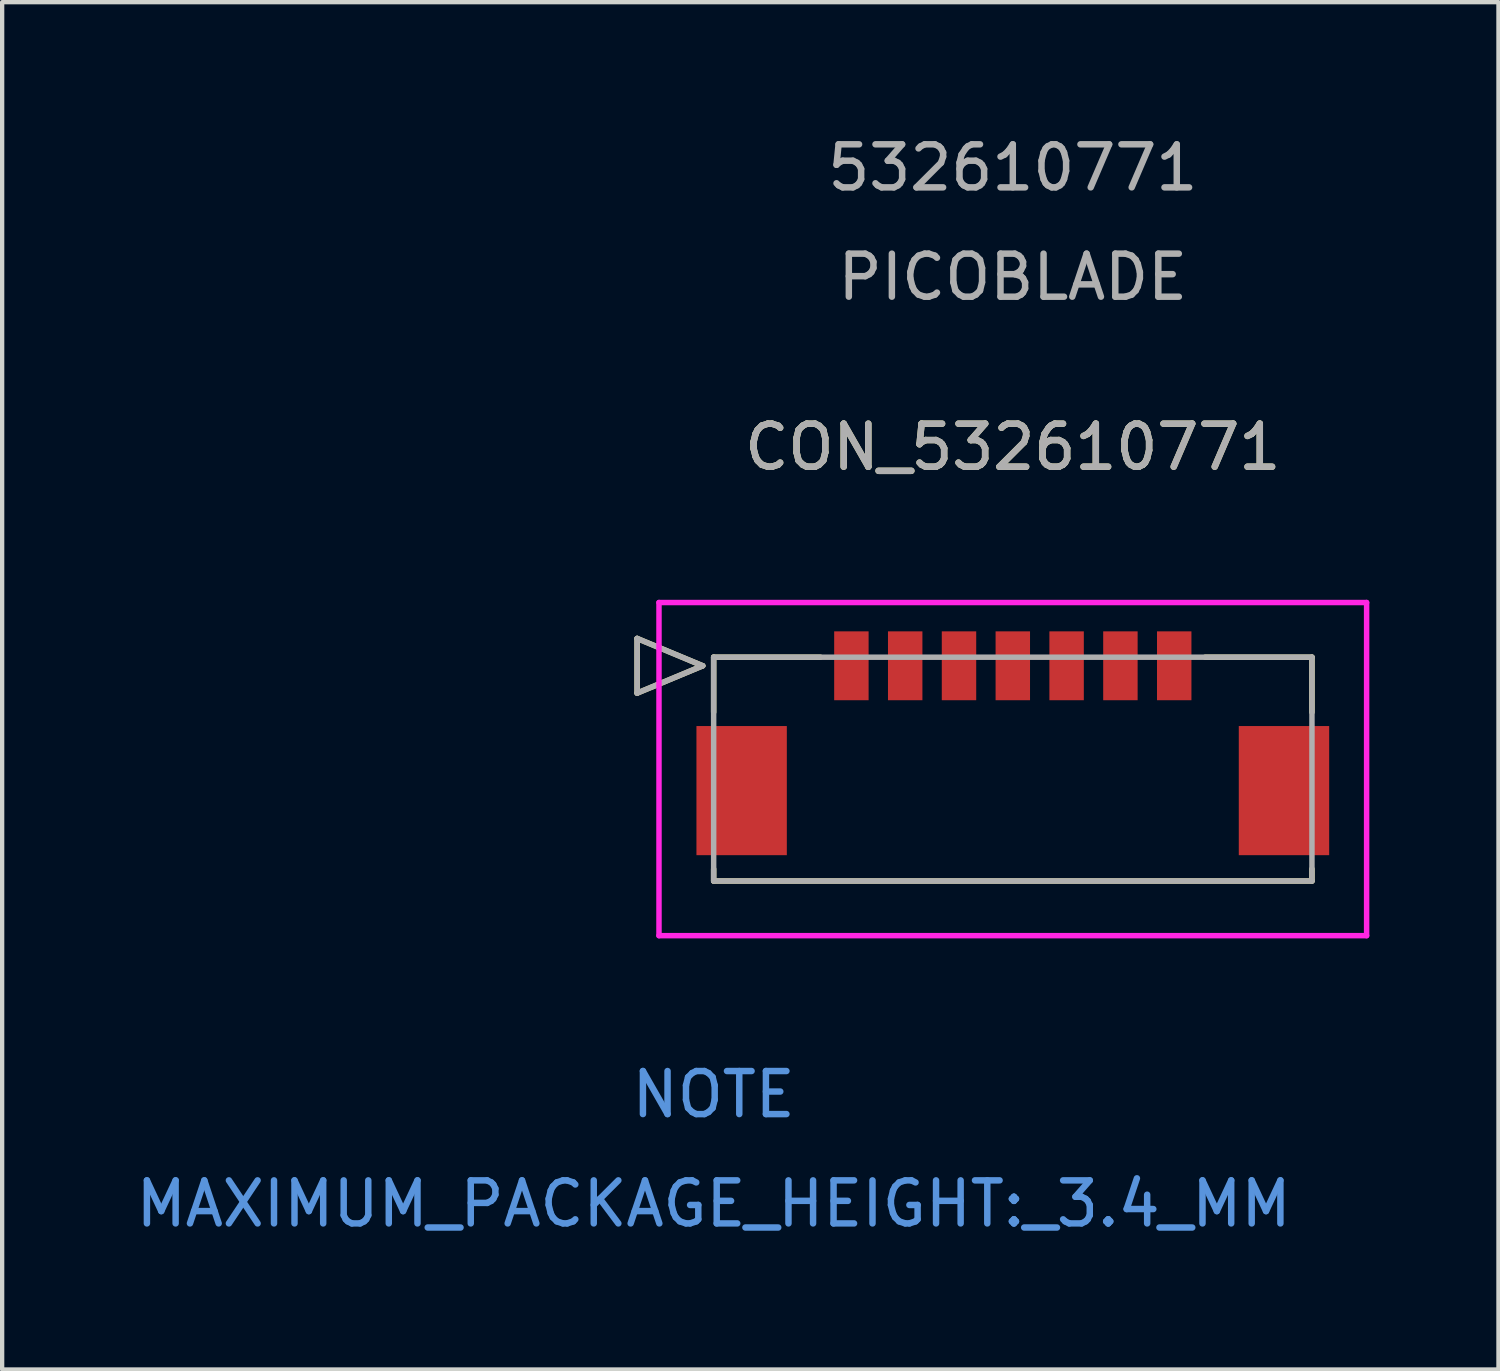
<source format=kicad_pcb>
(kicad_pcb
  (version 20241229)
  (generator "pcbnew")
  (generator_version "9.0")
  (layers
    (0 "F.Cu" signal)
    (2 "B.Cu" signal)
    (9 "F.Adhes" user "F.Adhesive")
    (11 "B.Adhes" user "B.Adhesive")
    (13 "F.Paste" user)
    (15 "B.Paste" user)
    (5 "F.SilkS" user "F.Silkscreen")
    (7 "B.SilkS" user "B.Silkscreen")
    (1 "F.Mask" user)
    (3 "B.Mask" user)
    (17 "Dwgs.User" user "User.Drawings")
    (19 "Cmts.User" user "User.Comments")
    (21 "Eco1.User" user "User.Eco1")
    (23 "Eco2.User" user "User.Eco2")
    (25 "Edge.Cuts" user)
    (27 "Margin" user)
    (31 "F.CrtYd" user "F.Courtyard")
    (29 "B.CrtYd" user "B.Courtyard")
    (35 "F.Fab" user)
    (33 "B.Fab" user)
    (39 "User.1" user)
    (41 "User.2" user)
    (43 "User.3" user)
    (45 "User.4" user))
  (footprint "CON_532610771"
    (layer "F.Cu")
    (at 16.73 12.418)
    (property "Reference" "CON_532610771" (at 3.75 -5.08 0) (unlocked yes) (layer "F.SilkS") (effects (font (size 1 1) (thickness 0.15))))
    (attr smd)
    (fp_line (start -4.978 -0.635) (end -4.978 0.635) (stroke (width 0.127) (type solid)) (layer "F.SilkS"))
    (fp_line (start -4.978 0.635) (end -3.454 0) (stroke (width 0.127) (type solid)) (layer "F.SilkS"))
    (fp_line (start -3.454 0) (end -4.978 -0.635) (stroke (width 0.127) (type solid)) (layer "F.SilkS"))
    (fp_line (start -3.2 -0.2) (end -3.2 1.08) (stroke (width 0.127) (type solid)) (layer "F.SilkS"))
    (fp_line (start -3.2 4.72) (end -3.2 5) (stroke (width 0.127) (type solid)) (layer "F.SilkS"))
    (fp_line (start -3.2 5) (end 10.7 5) (stroke (width 0.127) (type solid)) (layer "F.SilkS"))
    (fp_line (start -0.72 -0.2) (end -3.2 -0.2) (stroke (width 0.127) (type solid)) (layer "F.SilkS"))
    (fp_line (start 10.7 -0.2) (end 8.22 -0.2) (stroke (width 0.127) (type solid)) (layer "F.SilkS"))
    (fp_line (start 10.7 1.08) (end 10.7 -0.2) (stroke (width 0.127) (type solid)) (layer "F.SilkS"))
    (fp_line (start 10.7 5) (end 10.7 4.72) (stroke (width 0.127) (type solid)) (layer "F.SilkS"))
    (fp_line (start -4.47 -1.47) (end -4.47 6.27) (stroke (width 0.127) (type solid)) (layer "F.CrtYd"))
    (fp_line (start -4.47 6.27) (end 11.97 6.27) (stroke (width 0.127) (type solid)) (layer "F.CrtYd"))
    (fp_line (start 11.97 -1.47) (end -4.47 -1.47) (stroke (width 0.127) (type solid)) (layer "F.CrtYd"))
    (fp_line (start 11.97 6.27) (end 11.97 -1.47) (stroke (width 0.127) (type solid)) (layer "F.CrtYd"))
    (fp_line (start -4.978 -0.635) (end -4.978 0.635) (stroke (width 0.127) (type solid)) (layer "F.Fab"))
    (fp_line (start -4.978 0.635) (end -3.454 0) (stroke (width 0.127) (type solid)) (layer "F.Fab"))
    (fp_line (start -3.454 0) (end -4.978 -0.635) (stroke (width 0.127) (type solid)) (layer "F.Fab"))
    (fp_line (start -3.2 -0.2) (end -3.2 5) (stroke (width 0.127) (type solid)) (layer "F.Fab"))
    (fp_line (start -3.2 5) (end 10.7 5) (stroke (width 0.127) (type solid)) (layer "F.Fab"))
    (fp_line (start 10.7 -0.2) (end -3.2 -0.2) (stroke (width 0.127) (type solid)) (layer "F.Fab"))
    (fp_line (start 10.7 5) (end 10.7 -0.2) (stroke (width 0.127) (type solid)) (layer "F.Fab"))
    (fp_text user "NOTE" (at -3.2 9.96 0) (unlocked yes) (layer "Cmts.User") (effects (font (size 1 1) (thickness 0.15))))
    (fp_text user "MAXIMUM_PACKAGE_HEIGHT:_3.4_MM" (at -3.2 12.5 0) (unlocked yes) (layer "Cmts.User") (effects (font (size 1 1) (thickness 0.15))))
    (fp_text user "${REFERENCE}" (at 3.75 -5.08 0) (unlocked yes) (layer "F.Fab") (effects (font (size 1 1) (thickness 0.15))))
    (fp_text user "532610771" (at 3.75 -11.57 0) (unlocked yes) (layer "F.Fab") (effects (font (size 1 1) (thickness 0.15))))
    (fp_text user "PICOBLADE" (at 3.75 -9.03 0) (unlocked yes) (layer "F.Fab") (effects (font (size 1 1) (thickness 0.15))))
    (pad "1" smd rect (at -2.55 2.9) (size 2.1 3) (layers "F.Cu" "F.Mask" "F.Paste"))
    (pad "2" smd rect (at 10.05 2.9) (size 2.1 3) (layers "F.Cu" "F.Mask" "F.Paste"))
    (pad "P1" smd rect (at 0 0) (size 0.8 1.6) (layers "F.Cu" "F.Mask" "F.Paste"))
    (pad "P2" smd rect (at 1.25 0) (size 0.8 1.6) (layers "F.Cu" "F.Mask" "F.Paste"))
    (pad "P3" smd rect (at 2.5 0) (size 0.8 1.6) (layers "F.Cu" "F.Mask" "F.Paste"))
    (pad "P4" smd rect (at 3.75 0) (size 0.8 1.6) (layers "F.Cu" "F.Mask" "F.Paste"))
    (pad "P5" smd rect (at 5 0) (size 0.8 1.6) (layers "F.Cu" "F.Mask" "F.Paste"))
    (pad "P6" smd rect (at 6.25 0) (size 0.8 1.6) (layers "F.Cu" "F.Mask" "F.Paste"))
    (pad "P7" smd rect (at 7.5 0) (size 0.8 1.6) (layers "F.Cu" "F.Mask" "F.Paste")))
  (gr_rect
    (start -3 -3)
    (end 31.763 28.767)
    (stroke (width 0.1) (type default))
    (fill no)
    (layer "Edge.Cuts")))
</source>
